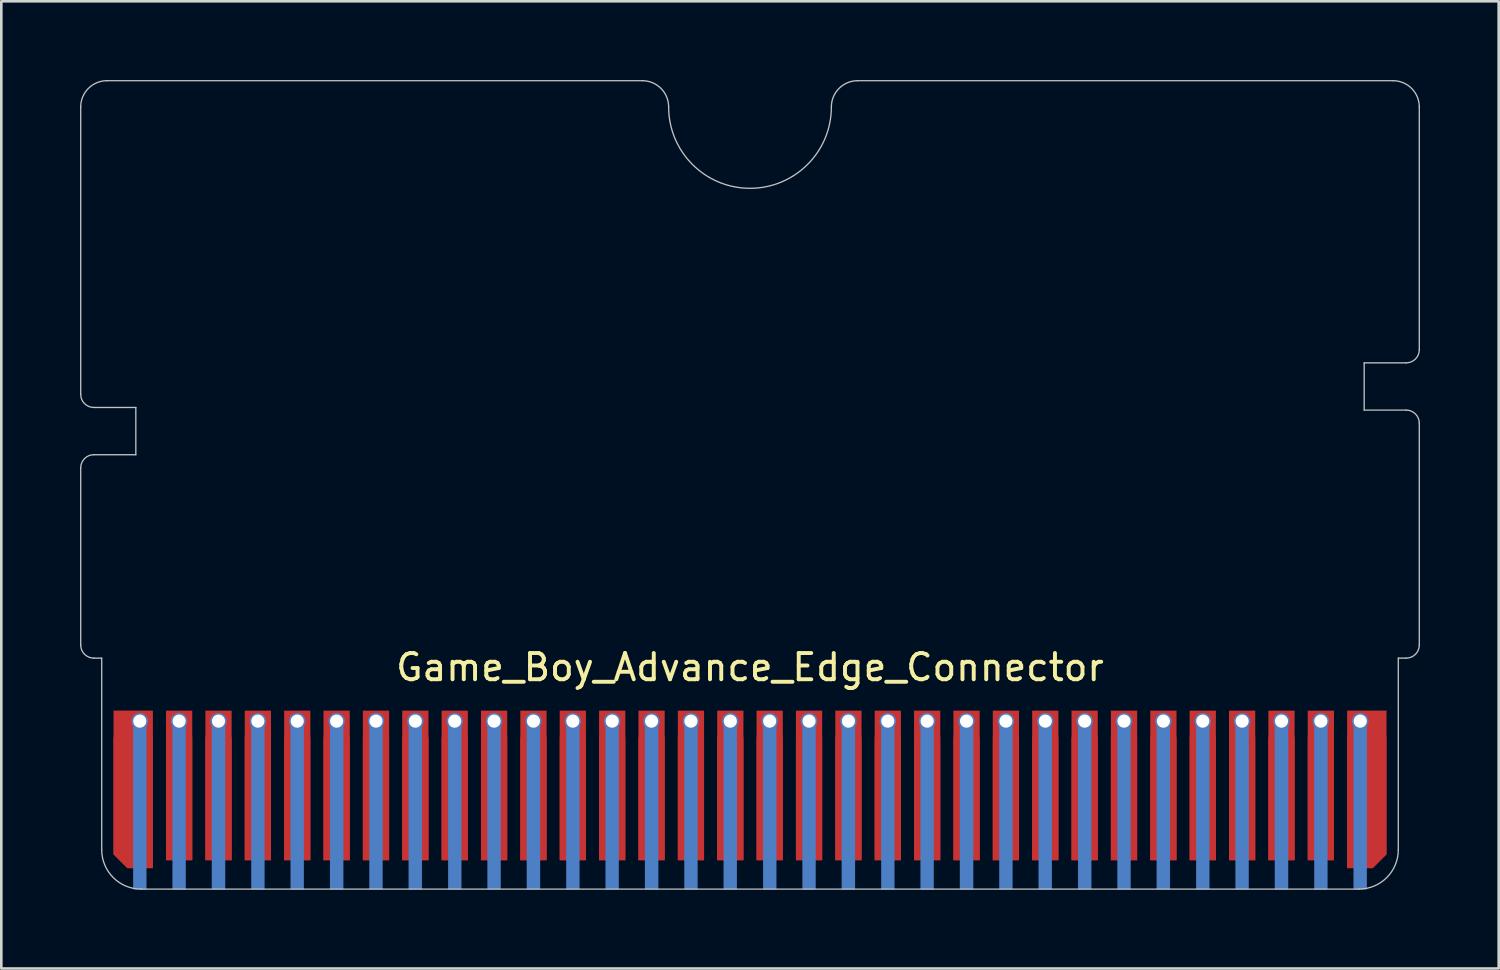
<source format=kicad_pcb>
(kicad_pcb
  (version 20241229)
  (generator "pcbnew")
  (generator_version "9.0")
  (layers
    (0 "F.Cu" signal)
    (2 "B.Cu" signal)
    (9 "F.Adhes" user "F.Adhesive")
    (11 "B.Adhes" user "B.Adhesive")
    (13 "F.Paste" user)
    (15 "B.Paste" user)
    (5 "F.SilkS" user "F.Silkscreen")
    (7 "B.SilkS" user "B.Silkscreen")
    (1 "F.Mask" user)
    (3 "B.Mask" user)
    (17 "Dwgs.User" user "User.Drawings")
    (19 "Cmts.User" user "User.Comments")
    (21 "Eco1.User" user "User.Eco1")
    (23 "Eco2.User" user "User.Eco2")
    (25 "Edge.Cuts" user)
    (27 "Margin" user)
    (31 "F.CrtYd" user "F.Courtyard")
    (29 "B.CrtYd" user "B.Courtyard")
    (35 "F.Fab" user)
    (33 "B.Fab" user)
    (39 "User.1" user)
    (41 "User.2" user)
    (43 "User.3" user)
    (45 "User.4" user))
  (footprint "Game_Boy_Advance_Edge_Connector"
    (layer "F.Cu")
    (at 25.525 26.875)
    (property "Reference" "Game_Boy_Advance_Edge_Connector" (at 0 -4.5 0) (unlocked yes) (layer "F.SilkS") (effects (font (size 1 1) (thickness 0.15))))
    (attr smd)
    (fp_rect (start -24.7 -1.85) (end 24.7 3.95) (stroke (width 0) (type solid)) (fill yes) (layer "F.Mask"))
    (fp_rect (start -23 -2.45) (end -23.5 3.95) (stroke (width 0.01) (type solid)) (fill yes) (layer "B.Cu"))
    (fp_rect (start -21.5 -2.45) (end -22 3.95) (stroke (width 0.01) (type solid)) (fill yes) (layer "B.Cu"))
    (fp_rect (start -20 -2.45) (end -20.5 3.95) (stroke (width 0.01) (type solid)) (fill yes) (layer "B.Cu"))
    (fp_rect (start -18.5 -2.45) (end -19 3.95) (stroke (width 0.01) (type solid)) (fill yes) (layer "B.Cu"))
    (fp_rect (start -17 -2.45) (end -17.5 3.95) (stroke (width 0.01) (type solid)) (fill yes) (layer "B.Cu"))
    (fp_rect (start -15.5 -2.45) (end -16 3.95) (stroke (width 0.01) (type solid)) (fill yes) (layer "B.Cu"))
    (fp_rect (start -14 -2.45) (end -14.5 3.95) (stroke (width 0.01) (type solid)) (fill yes) (layer "B.Cu"))
    (fp_rect (start -12.5 -2.45) (end -13 3.95) (stroke (width 0.01) (type solid)) (fill yes) (layer "B.Cu"))
    (fp_rect (start -11 -2.45) (end -11.5 3.95) (stroke (width 0.01) (type solid)) (fill yes) (layer "B.Cu"))
    (fp_rect (start -9.5 -2.45) (end -10 3.95) (stroke (width 0.01) (type solid)) (fill yes) (layer "B.Cu"))
    (fp_rect (start -8 -2.45) (end -8.5 3.95) (stroke (width 0.01) (type solid)) (fill yes) (layer "B.Cu"))
    (fp_rect (start -6.5 -2.45) (end -7 3.95) (stroke (width 0.01) (type solid)) (fill yes) (layer "B.Cu"))
    (fp_rect (start -5 -2.45) (end -5.5 3.95) (stroke (width 0.01) (type solid)) (fill yes) (layer "B.Cu"))
    (fp_rect (start -3.5 -2.45) (end -4 3.95) (stroke (width 0.01) (type solid)) (fill yes) (layer "B.Cu"))
    (fp_rect (start -2 -2.45) (end -2.5 3.95) (stroke (width 0.01) (type solid)) (fill yes) (layer "B.Cu"))
    (fp_rect (start -0.5 -2.45) (end -1 3.95) (stroke (width 0.01) (type solid)) (fill yes) (layer "B.Cu"))
    (fp_rect (start 1 -2.45) (end 0.5 3.95) (stroke (width 0.01) (type solid)) (fill yes) (layer "B.Cu"))
    (fp_rect (start 2.5 -2.45) (end 2 3.95) (stroke (width 0.01) (type solid)) (fill yes) (layer "B.Cu"))
    (fp_rect (start 4 -2.45) (end 3.5 3.95) (stroke (width 0.01) (type solid)) (fill yes) (layer "B.Cu"))
    (fp_rect (start 5.5 -2.45) (end 5 3.95) (stroke (width 0.01) (type solid)) (fill yes) (layer "B.Cu"))
    (fp_rect (start 7 -2.45) (end 6.5 3.95) (stroke (width 0.01) (type solid)) (fill yes) (layer "B.Cu"))
    (fp_rect (start 8.5 -2.45) (end 8 3.95) (stroke (width 0.01) (type solid)) (fill yes) (layer "B.Cu"))
    (fp_rect (start 10 -2.45) (end 9.5 3.95) (stroke (width 0.01) (type solid)) (fill yes) (layer "B.Cu"))
    (fp_rect (start 11.5 -2.45) (end 11 3.95) (stroke (width 0.01) (type solid)) (fill yes) (layer "B.Cu"))
    (fp_rect (start 13 -2.45) (end 12.5 3.95) (stroke (width 0.01) (type solid)) (fill yes) (layer "B.Cu"))
    (fp_rect (start 14.5 -2.45) (end 14 3.95) (stroke (width 0.01) (type solid)) (fill yes) (layer "B.Cu"))
    (fp_rect (start 16 -2.45) (end 15.5 3.95) (stroke (width 0.01) (type solid)) (fill yes) (layer "B.Cu"))
    (fp_rect (start 17.5 -2.45) (end 17 3.95) (stroke (width 0.01) (type solid)) (fill yes) (layer "B.Cu"))
    (fp_rect (start 19 -2.45) (end 18.5 3.95) (stroke (width 0.01) (type solid)) (fill yes) (layer "B.Cu"))
    (fp_rect (start 20.5 -2.45) (end 20 3.95) (stroke (width 0.01) (type solid)) (fill yes) (layer "B.Cu"))
    (fp_rect (start 22 -2.45) (end 21.5 3.95) (stroke (width 0.01) (type solid)) (fill yes) (layer "B.Cu"))
    (fp_rect (start 23.5 -2.45) (end 23 3.95) (stroke (width 0.01) (type solid)) (fill yes) (layer "B.Cu"))
    (fp_circle (center -23.25 -2.45) (end -23.012 -2.54) (stroke (width 0.12) (type solid)) (fill no) (layer "B.Cu"))
    (fp_circle (center -21.75 -2.45) (end -21.512 -2.54) (stroke (width 0.12) (type solid)) (fill no) (layer "B.Cu"))
    (fp_circle (center -20.25 -2.45) (end -20.012 -2.54) (stroke (width 0.12) (type solid)) (fill no) (layer "B.Cu"))
    (fp_circle (center -18.75 -2.45) (end -18.512 -2.54) (stroke (width 0.12) (type solid)) (fill no) (layer "B.Cu"))
    (fp_circle (center -17.25 -2.45) (end -17.012 -2.54) (stroke (width 0.12) (type solid)) (fill no) (layer "B.Cu"))
    (fp_circle (center -15.75 -2.45) (end -15.512 -2.54) (stroke (width 0.12) (type solid)) (fill no) (layer "B.Cu"))
    (fp_circle (center -14.25 -2.45) (end -14.012 -2.54) (stroke (width 0.12) (type solid)) (fill no) (layer "B.Cu"))
    (fp_circle (center -12.75 -2.45) (end -12.512 -2.54) (stroke (width 0.12) (type solid)) (fill no) (layer "B.Cu"))
    (fp_circle (center -11.25 -2.45) (end -11.012 -2.54) (stroke (width 0.12) (type solid)) (fill no) (layer "B.Cu"))
    (fp_circle (center -9.75 -2.45) (end -9.512 -2.54) (stroke (width 0.12) (type solid)) (fill no) (layer "B.Cu"))
    (fp_circle (center -8.25 -2.45) (end -8.012 -2.54) (stroke (width 0.12) (type solid)) (fill no) (layer "B.Cu"))
    (fp_circle (center -6.75 -2.45) (end -6.512 -2.54) (stroke (width 0.12) (type solid)) (fill no) (layer "B.Cu"))
    (fp_circle (center -5.25 -2.45) (end -5.012 -2.54) (stroke (width 0.12) (type solid)) (fill no) (layer "B.Cu"))
    (fp_circle (center -3.75 -2.45) (end -3.512 -2.54) (stroke (width 0.12) (type solid)) (fill no) (layer "B.Cu"))
    (fp_circle (center -2.25 -2.45) (end -2.012 -2.54) (stroke (width 0.12) (type solid)) (fill no) (layer "B.Cu"))
    (fp_circle (center -0.75 -2.45) (end -0.512 -2.54) (stroke (width 0.12) (type solid)) (fill no) (layer "B.Cu"))
    (fp_circle (center 0.75 -2.45) (end 0.988 -2.54) (stroke (width 0.12) (type solid)) (fill no) (layer "B.Cu"))
    (fp_circle (center 2.25 -2.45) (end 2.488 -2.54) (stroke (width 0.12) (type solid)) (fill no) (layer "B.Cu"))
    (fp_circle (center 3.75 -2.45) (end 3.988 -2.54) (stroke (width 0.12) (type solid)) (fill no) (layer "B.Cu"))
    (fp_circle (center 5.25 -2.45) (end 5.488 -2.54) (stroke (width 0.12) (type solid)) (fill no) (layer "B.Cu"))
    (fp_circle (center 6.75 -2.45) (end 6.988 -2.54) (stroke (width 0.12) (type solid)) (fill no) (layer "B.Cu"))
    (fp_circle (center 8.25 -2.45) (end 8.488 -2.54) (stroke (width 0.12) (type solid)) (fill no) (layer "B.Cu"))
    (fp_circle (center 9.75 -2.45) (end 9.988 -2.54) (stroke (width 0.12) (type solid)) (fill no) (layer "B.Cu"))
    (fp_circle (center 11.25 -2.45) (end 11.488 -2.54) (stroke (width 0.12) (type solid)) (fill no) (layer "B.Cu"))
    (fp_circle (center 12.75 -2.45) (end 12.988 -2.54) (stroke (width 0.12) (type solid)) (fill no) (layer "B.Cu"))
    (fp_circle (center 14.25 -2.45) (end 14.488 -2.54) (stroke (width 0.12) (type solid)) (fill no) (layer "B.Cu"))
    (fp_circle (center 15.75 -2.45) (end 15.988 -2.54) (stroke (width 0.12) (type solid)) (fill no) (layer "B.Cu"))
    (fp_circle (center 17.25 -2.45) (end 17.488 -2.54) (stroke (width 0.12) (type solid)) (fill no) (layer "B.Cu"))
    (fp_circle (center 18.75 -2.45) (end 18.988 -2.54) (stroke (width 0.12) (type solid)) (fill no) (layer "B.Cu"))
    (fp_circle (center 20.25 -2.45) (end 20.488 -2.54) (stroke (width 0.12) (type solid)) (fill no) (layer "B.Cu"))
    (fp_circle (center 21.75 -2.45) (end 21.988 -2.54) (stroke (width 0.12) (type solid)) (fill no) (layer "B.Cu"))
    (fp_circle (center 23.25 -2.45) (end 23.488 -2.54) (stroke (width 0.12) (type solid)) (fill no) (layer "B.Cu"))
    (fp_rect (start -24.7 3.95) (end -23.8 -1.85) (stroke (width 0.01) (type solid)) (fill yes) (layer "B.Mask"))
    (fp_rect (start -22.7 3.95) (end -22.3 -1.85) (stroke (width 0.01) (type solid)) (fill yes) (layer "B.Mask"))
    (fp_rect (start -21.2 3.95) (end -20.8 -1.85) (stroke (width 0.01) (type solid)) (fill yes) (layer "B.Mask"))
    (fp_rect (start -19.7 3.95) (end -19.3 -1.85) (stroke (width 0.01) (type solid)) (fill yes) (layer "B.Mask"))
    (fp_rect (start -18.2 3.95) (end -17.8 -1.85) (stroke (width 0.01) (type solid)) (fill yes) (layer "B.Mask"))
    (fp_rect (start -16.7 3.95) (end -16.3 -1.85) (stroke (width 0.01) (type solid)) (fill yes) (layer "B.Mask"))
    (fp_rect (start -15.2 3.95) (end -14.8 -1.85) (stroke (width 0.01) (type solid)) (fill yes) (layer "B.Mask"))
    (fp_rect (start -13.7 3.95) (end -13.3 -1.85) (stroke (width 0.01) (type solid)) (fill yes) (layer "B.Mask"))
    (fp_rect (start -12.2 3.95) (end -11.8 -1.85) (stroke (width 0.01) (type solid)) (fill yes) (layer "B.Mask"))
    (fp_rect (start -10.7 3.95) (end -10.3 -1.85) (stroke (width 0.01) (type solid)) (fill yes) (layer "B.Mask"))
    (fp_rect (start -9.2 3.95) (end -8.8 -1.85) (stroke (width 0.01) (type solid)) (fill yes) (layer "B.Mask"))
    (fp_rect (start -7.7 3.95) (end -7.3 -1.85) (stroke (width 0.01) (type solid)) (fill yes) (layer "B.Mask"))
    (fp_rect (start -6.2 3.95) (end -5.8 -1.85) (stroke (width 0.01) (type solid)) (fill yes) (layer "B.Mask"))
    (fp_rect (start -4.7 3.95) (end -4.3 -1.85) (stroke (width 0.01) (type solid)) (fill yes) (layer "B.Mask"))
    (fp_rect (start -3.2 3.95) (end -2.8 -1.85) (stroke (width 0.01) (type solid)) (fill yes) (layer "B.Mask"))
    (fp_rect (start -1.7 3.95) (end -1.3 -1.85) (stroke (width 0.01) (type solid)) (fill yes) (layer "B.Mask"))
    (fp_rect (start -0.2 3.95) (end 0.2 -1.85) (stroke (width 0.01) (type solid)) (fill yes) (layer "B.Mask"))
    (fp_rect (start 1.3 3.95) (end 1.7 -1.85) (stroke (width 0.01) (type solid)) (fill yes) (layer "B.Mask"))
    (fp_rect (start 2.8 3.95) (end 3.2 -1.85) (stroke (width 0.01) (type solid)) (fill yes) (layer "B.Mask"))
    (fp_rect (start 4.3 3.95) (end 4.7 -1.85) (stroke (width 0.01) (type solid)) (fill yes) (layer "B.Mask"))
    (fp_rect (start 5.8 3.95) (end 6.2 -1.85) (stroke (width 0.01) (type solid)) (fill yes) (layer "B.Mask"))
    (fp_rect (start 7.3 3.95) (end 7.7 -1.85) (stroke (width 0.01) (type solid)) (fill yes) (layer "B.Mask"))
    (fp_rect (start 8.8 3.95) (end 9.2 -1.85) (stroke (width 0.01) (type solid)) (fill yes) (layer "B.Mask"))
    (fp_rect (start 10.3 3.95) (end 10.7 -1.85) (stroke (width 0.01) (type solid)) (fill yes) (layer "B.Mask"))
    (fp_rect (start 11.8 3.95) (end 12.2 -1.85) (stroke (width 0.01) (type solid)) (fill yes) (layer "B.Mask"))
    (fp_rect (start 13.3 3.95) (end 13.7 -1.85) (stroke (width 0.01) (type solid)) (fill yes) (layer "B.Mask"))
    (fp_rect (start 14.8 3.95) (end 15.2 -1.85) (stroke (width 0.01) (type solid)) (fill yes) (layer "B.Mask"))
    (fp_rect (start 16.3 3.95) (end 16.7 -1.85) (stroke (width 0.01) (type solid)) (fill yes) (layer "B.Mask"))
    (fp_rect (start 17.8 3.95) (end 18.2 -1.85) (stroke (width 0.01) (type solid)) (fill yes) (layer "B.Mask"))
    (fp_rect (start 19.3 3.95) (end 19.7 -1.85) (stroke (width 0.01) (type solid)) (fill yes) (layer "B.Mask"))
    (fp_rect (start 20.8 3.95) (end 21.2 -1.85) (stroke (width 0.01) (type solid)) (fill yes) (layer "B.Mask"))
    (fp_rect (start 22.3 3.95) (end 22.7 -1.85) (stroke (width 0.01) (type solid)) (fill yes) (layer "B.Mask"))
    (fp_rect (start 24.7 3.95) (end 23.8 -1.85) (stroke (width 0.01) (type solid)) (fill yes) (layer "B.Mask"))
    (fp_line (start -25.5 -14.9) (end -25.5 -25.85) (stroke (width 0.05) (type solid)) (layer "Dwgs.User"))
    (fp_line (start -25.5 -5.35) (end -25.5 -12.1) (stroke (width 0.05) (type solid)) (layer "Dwgs.User"))
    (fp_line (start -24.7 -4.85) (end -25 -4.85) (stroke (width 0.05) (type solid)) (layer "Dwgs.User"))
    (fp_line (start -24.7 2.45) (end -24.7 -4.85) (stroke (width 0.05) (type solid)) (layer "Dwgs.User"))
    (fp_line (start -24.5 -26.85) (end -4.1 -26.85) (stroke (width 0.05) (type solid)) (layer "Dwgs.User"))
    (fp_line (start -23.4 -14.4) (end -25 -14.4) (stroke (width 0.05) (type solid)) (layer "Dwgs.User"))
    (fp_line (start -23.4 -14.4) (end -23.4 -12.6) (stroke (width 0.05) (type solid)) (layer "Dwgs.User"))
    (fp_line (start -23.4 -12.6) (end -25 -12.6) (stroke (width 0.05) (type solid)) (layer "Dwgs.User"))
    (fp_line (start -23.2 3.95) (end 23.2 3.95) (stroke (width 0.05) (type solid)) (layer "Dwgs.User"))
    (fp_line (start 4.1 -26.85) (end 24.5 -26.85) (stroke (width 0.05) (type solid)) (layer "Dwgs.User"))
    (fp_line (start 23.4 -16.1) (end 25 -16.1) (stroke (width 0.05) (type solid)) (layer "Dwgs.User"))
    (fp_line (start 23.4 -14.3) (end 23.4 -16.1) (stroke (width 0.05) (type solid)) (layer "Dwgs.User"))
    (fp_line (start 23.4 -14.3) (end 25 -14.3) (stroke (width 0.05) (type solid)) (layer "Dwgs.User"))
    (fp_line (start 24.7 2.45) (end 24.7 -4.85) (stroke (width 0.05) (type solid)) (layer "Dwgs.User"))
    (fp_line (start 25 -4.85) (end 24.7 -4.85) (stroke (width 0.05) (type solid)) (layer "Dwgs.User"))
    (fp_line (start 25.5 -16.6) (end 25.5 -25.85) (stroke (width 0.05) (type solid)) (layer "Dwgs.User"))
    (fp_line (start 25.5 -5.35) (end 25.5 -13.8) (stroke (width 0.05) (type solid)) (layer "Dwgs.User"))
    (fp_arc (start -25.5 -25.8504) (mid -25.207107 -26.557507) (end -24.5 -26.8504) (stroke (width 0.05) (type solid)) (layer "Dwgs.User"))
    (fp_arc (start -25.5 -12.1004) (mid -25.353553 -12.453953) (end -25 -12.6004) (stroke (width 0.05) (type solid)) (layer "Dwgs.User"))
    (fp_arc (start -25 -14.4004) (mid -25.353553 -14.546847) (end -25.5 -14.9004) (stroke (width 0.05) (type solid)) (layer "Dwgs.User"))
    (fp_arc (start -25 -4.8504) (mid -25.353553 -4.996847) (end -25.5 -5.3504) (stroke (width 0.05) (type solid)) (layer "Dwgs.User"))
    (fp_arc (start -23.2 3.9496) (mid -24.26066 3.51026) (end -24.7 2.4496) (stroke (width 0.05) (type solid)) (layer "Dwgs.User"))
    (fp_arc (start -4.1 -26.8504) (mid -3.392893 -26.557507) (end -3.1 -25.8504) (stroke (width 0.05) (type solid)) (layer "Dwgs.User"))
    (fp_arc (start 3.1 -25.8504) (mid 0 -22.7504) (end -3.1 -25.8504) (stroke (width 0.05) (type solid)) (layer "Dwgs.User"))
    (fp_arc (start 3.1 -25.8504) (mid 3.392893 -26.557507) (end 4.1 -26.8504) (stroke (width 0.05) (type solid)) (layer "Dwgs.User"))
    (fp_arc (start 24.5 -26.8504) (mid 25.207107 -26.557507) (end 25.5 -25.8504) (stroke (width 0.05) (type solid)) (layer "Dwgs.User"))
    (fp_arc (start 24.7 2.4496) (mid 24.26066 3.51026) (end 23.2 3.9496) (stroke (width 0.05) (type solid)) (layer "Dwgs.User"))
    (fp_arc (start 25 -14.3004) (mid 25.353553 -14.153953) (end 25.5 -13.8004) (stroke (width 0.05) (type solid)) (layer "Dwgs.User"))
    (fp_arc (start 25.5 -16.6004) (mid 25.353681 -16.246719) (end 25 -16.1004) (stroke (width 0.05) (type solid)) (layer "Dwgs.User"))
    (fp_arc (start 25.5 -5.3504) (mid 25.353681 -4.996719) (end 25 -4.8504) (stroke (width 0.05) (type solid)) (layer "Dwgs.User"))
    (pad "" smd roundrect (at -23.5 0.65) (size 1.5 5) (layers "F.Cu" "F.Mask") (roundrect_rratio 0) (chamfer_ratio 0.35) (chamfer bottom_left))
    (pad "" smd rect (at -21.75 0.5 180) (size 1 4.7) (layers "F.Cu" "F.Mask"))
    (pad "" smd rect (at -20.25 0.5 180) (size 1 4.7) (layers "F.Cu" "F.Mask"))
    (pad "" smd rect (at -18.75 0.5 180) (size 1 4.7) (layers "F.Cu" "F.Mask"))
    (pad "" smd rect (at -17.25 0.5 180) (size 1 4.7) (layers "F.Cu" "F.Mask"))
    (pad "" smd rect (at -15.75 0.5 180) (size 1 4.7) (layers "F.Cu" "F.Mask"))
    (pad "" smd rect (at -14.25 0.5 180) (size 1 4.7) (layers "F.Cu" "F.Mask"))
    (pad "" smd rect (at -12.75 0.5 180) (size 1 4.7) (layers "F.Cu" "F.Mask"))
    (pad "" smd rect (at -11.25 0.5 180) (size 1 4.7) (layers "F.Cu" "F.Mask"))
    (pad "" smd rect (at -9.75 0.5 180) (size 1 4.7) (layers "F.Cu" "F.Mask"))
    (pad "" smd rect (at -8.25 0.5 180) (size 1 4.7) (layers "F.Cu" "F.Mask"))
    (pad "" smd rect (at -6.75 0.5 180) (size 1 4.7) (layers "F.Cu" "F.Mask"))
    (pad "" smd rect (at -5.25 0.5 180) (size 1 4.7) (layers "F.Cu" "F.Mask"))
    (pad "" smd rect (at -3.75 0.5 180) (size 1 4.7) (layers "F.Cu" "F.Mask"))
    (pad "" smd rect (at -2.25 0.5 180) (size 1 4.7) (layers "F.Cu" "F.Mask"))
    (pad "" smd rect (at -0.75 0.5) (size 1 4.7) (layers "F.Cu" "F.Mask"))
    (pad "" smd rect (at 0.75 0.5 180) (size 1 4.7) (layers "F.Cu" "F.Mask"))
    (pad "" smd rect (at 2.25 0.5 180) (size 1 4.7) (layers "F.Cu" "F.Mask"))
    (pad "" smd rect (at 3.75 0.5 180) (size 1 4.7) (layers "F.Cu" "F.Mask"))
    (pad "" smd rect (at 5.25 0.5 180) (size 1 4.7) (layers "F.Cu" "F.Mask"))
    (pad "" smd rect (at 6.75 0.5 180) (size 1 4.7) (layers "F.Cu" "F.Mask"))
    (pad "" smd rect (at 8.25 0.5 180) (size 1 4.7) (layers "F.Cu" "F.Mask"))
    (pad "" smd rect (at 9.75 0.5 180) (size 1 4.7) (layers "F.Cu" "F.Mask"))
    (pad "" smd rect (at 11.25 0.5 180) (size 1 4.7) (layers "F.Cu" "F.Mask"))
    (pad "" smd rect (at 12.75 0.5 180) (size 1 4.7) (layers "F.Cu" "F.Mask"))
    (pad "" smd rect (at 14.25 0.5 180) (size 1 4.7) (layers "F.Cu" "F.Mask"))
    (pad "" smd rect (at 15.75 0.5 180) (size 1 4.7) (layers "F.Cu" "F.Mask"))
    (pad "" smd rect (at 17.25 0.5 180) (size 1 4.7) (layers "F.Cu" "F.Mask"))
    (pad "" smd rect (at 18.75 0.5 180) (size 1 4.7) (layers "F.Cu" "F.Mask"))
    (pad "" smd rect (at 20.25 0.5 180) (size 1 4.7) (layers "F.Cu" "F.Mask"))
    (pad "" smd rect (at 21.75 0.5 180) (size 1 4.7) (layers "F.Cu" "F.Mask"))
    (pad "" smd roundrect (at 23.5 0.65) (size 1.5 5) (layers "F.Cu" "F.Mask" "F.Paste") (roundrect_rratio 0) (chamfer_ratio 0.35) (chamfer bottom_right))
    (pad "1" smd roundrect (at -23.5 0.15) (size 1.5 6) (layers "F.Cu" "F.Paste") (roundrect_rratio 0) (chamfer_ratio 0.35) (chamfer bottom_left))
    (pad "1" thru_hole circle (at -23.25 -2.45 180) (size 0.55 0.55) (drill 0.5) (layers "*.Cu" "*.Mask"))
    (pad "2" thru_hole circle (at -21.75 -2.45 180) (size 0.55 0.55) (drill 0.5) (layers "*.Cu" "*.Mask"))
    (pad "2" smd rect (at -21.75 0 180) (size 1 5.7) (layers "F.Cu" "F.Paste"))
    (pad "3" thru_hole circle (at -20.25 -2.45 180) (size 0.55 0.55) (drill 0.5) (layers "*.Cu" "*.Mask"))
    (pad "3" smd rect (at -20.25 0 180) (size 1 5.7) (layers "F.Cu" "F.Paste"))
    (pad "4" thru_hole circle (at -18.75 -2.45 180) (size 0.55 0.55) (drill 0.5) (layers "*.Cu" "*.Mask"))
    (pad "4" smd rect (at -18.75 0 180) (size 1 5.7) (layers "F.Cu" "F.Paste"))
    (pad "5" thru_hole circle (at -17.25 -2.45 180) (size 0.55 0.55) (drill 0.5) (layers "*.Cu" "*.Mask"))
    (pad "5" smd rect (at -17.25 0 180) (size 1 5.7) (layers "F.Cu" "F.Paste"))
    (pad "6" thru_hole circle (at -15.75 -2.45 180) (size 0.55 0.55) (drill 0.5) (layers "*.Cu" "*.Mask"))
    (pad "6" smd rect (at -15.75 0 180) (size 1 5.7) (layers "F.Cu" "F.Paste"))
    (pad "7" thru_hole circle (at -14.25 -2.45 180) (size 0.55 0.55) (drill 0.5) (layers "*.Cu" "*.Mask"))
    (pad "7" smd rect (at -14.25 0 180) (size 1 5.7) (layers "F.Cu" "F.Paste"))
    (pad "8" thru_hole circle (at -12.75 -2.45 180) (size 0.55 0.55) (drill 0.5) (layers "*.Cu" "*.Mask"))
    (pad "8" smd rect (at -12.75 0 180) (size 1 5.7) (layers "F.Cu" "F.Paste"))
    (pad "9" thru_hole circle (at -11.25 -2.45 180) (size 0.55 0.55) (drill 0.5) (layers "*.Cu" "*.Mask"))
    (pad "9" smd rect (at -11.25 0 180) (size 1 5.7) (layers "F.Cu" "F.Paste"))
    (pad "10" thru_hole circle (at -9.75 -2.45 180) (size 0.55 0.55) (drill 0.5) (layers "*.Cu" "*.Mask"))
    (pad "10" smd rect (at -9.75 0 180) (size 1 5.7) (layers "F.Cu" "F.Paste"))
    (pad "11" thru_hole circle (at -8.25 -2.45 180) (size 0.55 0.55) (drill 0.5) (layers "*.Cu" "*.Mask"))
    (pad "11" smd rect (at -8.25 0 180) (size 1 5.7) (layers "F.Cu" "F.Paste"))
    (pad "12" thru_hole circle (at -6.75 -2.45 180) (size 0.55 0.55) (drill 0.5) (layers "*.Cu" "*.Mask"))
    (pad "12" smd rect (at -6.75 0 180) (size 1 5.7) (layers "F.Cu" "F.Paste"))
    (pad "13" thru_hole circle (at -5.25 -2.45 180) (size 0.55 0.55) (drill 0.5) (layers "*.Cu" "*.Mask"))
    (pad "13" smd rect (at -5.25 0 180) (size 1 5.7) (layers "F.Cu" "F.Paste"))
    (pad "14" thru_hole circle (at -3.75 -2.45 180) (size 0.55 0.55) (drill 0.5) (layers "*.Cu" "*.Mask"))
    (pad "14" smd rect (at -3.75 0 180) (size 1 5.7) (layers "F.Cu" "F.Paste"))
    (pad "15" thru_hole circle (at -2.25 -2.45 180) (size 0.55 0.55) (drill 0.5) (layers "*.Cu" "*.Mask"))
    (pad "15" smd rect (at -2.25 0 180) (size 1 5.7) (layers "F.Cu" "F.Paste"))
    (pad "16" thru_hole circle (at -0.75 -2.45 180) (size 0.55 0.55) (drill 0.5) (layers "*.Cu" "*.Mask"))
    (pad "16" smd rect (at -0.75 0) (size 1 5.7) (layers "F.Cu" "F.Paste"))
    (pad "17" thru_hole circle (at 0.75 -2.45 180) (size 0.55 0.55) (drill 0.5) (layers "*.Cu" "*.Mask"))
    (pad "17" smd rect (at 0.75 0 180) (size 1 5.7) (layers "F.Cu" "F.Paste"))
    (pad "18" thru_hole circle (at 2.25 -2.45 180) (size 0.55 0.55) (drill 0.5) (layers "*.Cu" "*.Mask"))
    (pad "18" smd rect (at 2.25 0 180) (size 1 5.7) (layers "F.Cu" "F.Paste"))
    (pad "19" thru_hole circle (at 3.75 -2.45 180) (size 0.55 0.55) (drill 0.5) (layers "*.Cu" "*.Mask"))
    (pad "19" smd rect (at 3.75 0 180) (size 1 5.7) (layers "F.Cu" "F.Paste"))
    (pad "20" thru_hole circle (at 5.25 -2.45 180) (size 0.55 0.55) (drill 0.5) (layers "*.Cu" "*.Mask"))
    (pad "20" smd rect (at 5.25 0 180) (size 1 5.7) (layers "F.Cu" "F.Paste"))
    (pad "21" thru_hole circle (at 6.75 -2.45 180) (size 0.55 0.55) (drill 0.5) (layers "*.Cu" "*.Mask"))
    (pad "21" smd rect (at 6.75 0 180) (size 1 5.7) (layers "F.Cu" "F.Paste"))
    (pad "22" thru_hole circle (at 8.25 -2.45 180) (size 0.55 0.55) (drill 0.5) (layers "*.Cu" "*.Mask"))
    (pad "22" smd rect (at 8.25 0 180) (size 1 5.7) (layers "F.Cu" "F.Paste"))
    (pad "23" thru_hole circle (at 9.75 -2.45 180) (size 0.55 0.55) (drill 0.5) (layers "*.Cu" "*.Mask"))
    (pad "23" smd rect (at 9.75 0 180) (size 1 5.7) (layers "F.Cu" "F.Paste"))
    (pad "24" thru_hole circle (at 11.25 -2.45 180) (size 0.55 0.55) (drill 0.5) (layers "*.Cu" "*.Mask"))
    (pad "24" smd rect (at 11.25 0 180) (size 1 5.7) (layers "F.Cu" "F.Paste"))
    (pad "25" thru_hole circle (at 12.75 -2.45 180) (size 0.55 0.55) (drill 0.5) (layers "*.Cu" "*.Mask"))
    (pad "25" smd rect (at 12.75 0 180) (size 1 5.7) (layers "F.Cu" "F.Paste"))
    (pad "26" thru_hole circle (at 14.25 -2.45 180) (size 0.55 0.55) (drill 0.5) (layers "*.Cu" "*.Mask"))
    (pad "26" smd rect (at 14.25 0 180) (size 1 5.7) (layers "F.Cu" "F.Paste"))
    (pad "27" thru_hole circle (at 15.75 -2.45 180) (size 0.55 0.55) (drill 0.5) (layers "*.Cu" "*.Mask"))
    (pad "27" smd rect (at 15.75 0 180) (size 1 5.7) (layers "F.Cu" "F.Paste"))
    (pad "28" thru_hole circle (at 17.25 -2.45 180) (size 0.55 0.55) (drill 0.5) (layers "*.Cu" "*.Mask"))
    (pad "28" smd rect (at 17.25 0 180) (size 1 5.7) (layers "F.Cu" "F.Paste"))
    (pad "29" thru_hole circle (at 18.75 -2.45 180) (size 0.55 0.55) (drill 0.5) (layers "*.Cu" "*.Mask"))
    (pad "29" smd rect (at 18.75 0 180) (size 1 5.7) (layers "F.Cu" "F.Paste"))
    (pad "30" thru_hole circle (at 20.25 -2.45 180) (size 0.55 0.55) (drill 0.5) (layers "*.Cu" "*.Mask"))
    (pad "30" smd rect (at 20.25 0 180) (size 1 5.7) (layers "F.Cu" "F.Paste"))
    (pad "31" thru_hole circle (at 21.75 -2.45 180) (size 0.55 0.55) (drill 0.5) (layers "*.Cu" "*.Mask"))
    (pad "31" smd rect (at 21.75 0 180) (size 1 5.7) (layers "F.Cu" "F.Paste"))
    (pad "32" thru_hole circle (at 23.25 -2.45 180) (size 0.55 0.55) (drill 0.5) (layers "*.Cu" "*.Mask"))
    (pad "32" smd roundrect (at 23.5 0.15) (size 1.5 6) (layers "F.Cu" "F.Paste") (roundrect_rratio 0) (chamfer_ratio 0.35) (chamfer bottom_right)))
  (gr_rect
    (start -3 -3)
    (end 54.05 33.85)
    (stroke (width 0.1) (type default))
    (fill no)
    (layer "Edge.Cuts")))
</source>
